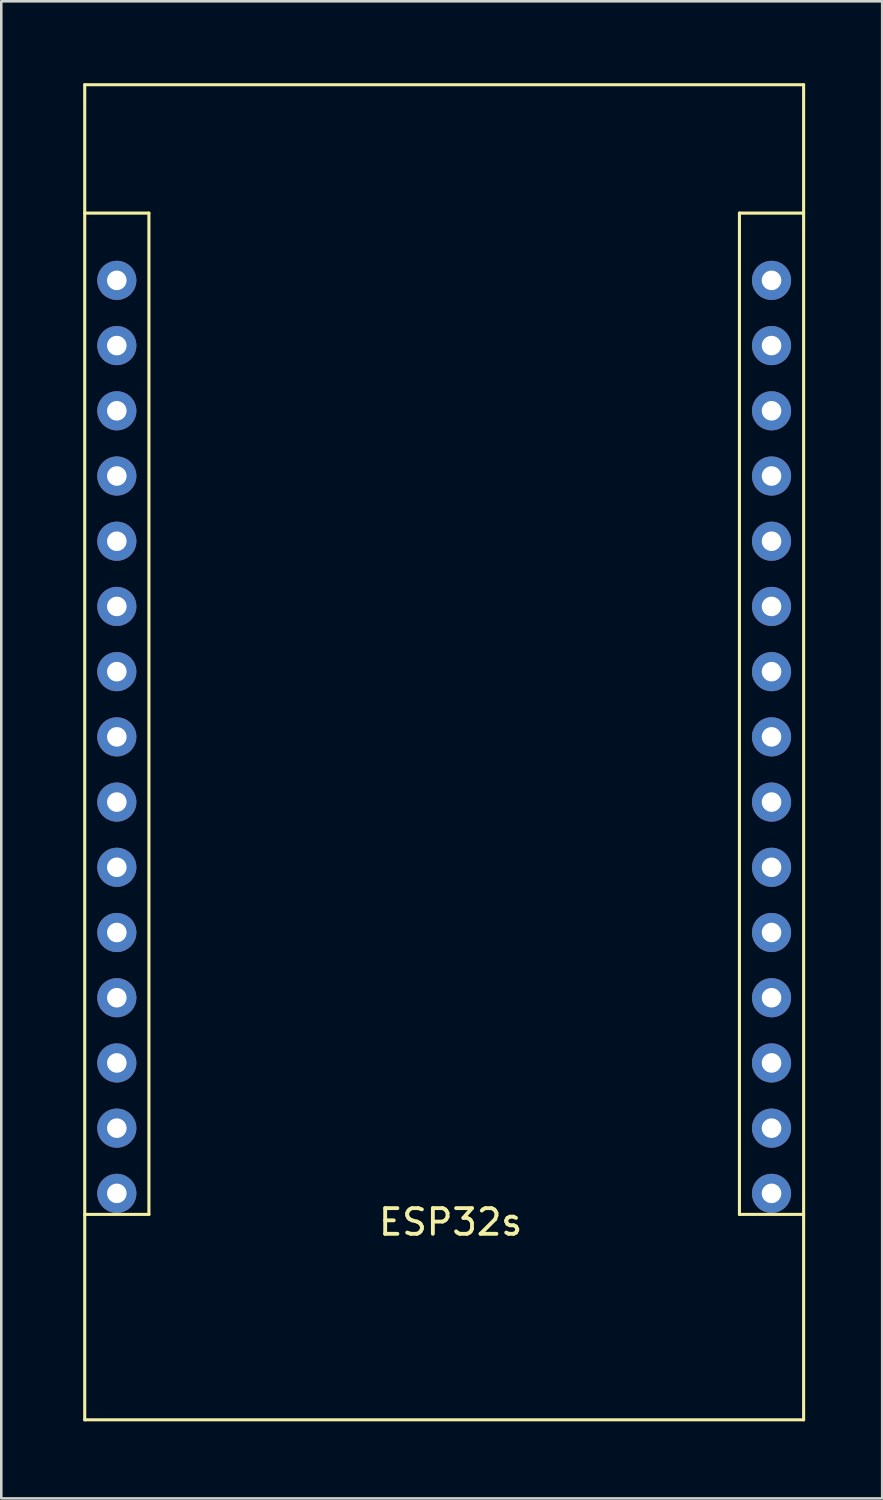
<source format=kicad_pcb>
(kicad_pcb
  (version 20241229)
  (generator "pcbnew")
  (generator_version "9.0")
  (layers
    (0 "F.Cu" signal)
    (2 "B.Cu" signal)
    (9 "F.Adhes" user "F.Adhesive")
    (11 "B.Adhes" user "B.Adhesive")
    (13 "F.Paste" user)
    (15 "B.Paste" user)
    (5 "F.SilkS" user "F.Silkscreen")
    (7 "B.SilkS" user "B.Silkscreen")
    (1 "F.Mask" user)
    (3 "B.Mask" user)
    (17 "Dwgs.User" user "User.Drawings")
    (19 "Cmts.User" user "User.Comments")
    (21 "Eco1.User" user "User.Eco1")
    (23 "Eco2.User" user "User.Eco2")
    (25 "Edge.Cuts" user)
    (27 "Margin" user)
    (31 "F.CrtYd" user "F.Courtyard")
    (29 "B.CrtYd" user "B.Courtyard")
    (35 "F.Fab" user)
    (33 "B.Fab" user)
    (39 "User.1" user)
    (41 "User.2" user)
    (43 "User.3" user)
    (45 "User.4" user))
  (footprint "ESP32s"
    (layer "F.Cu")
    (at 0.25 0.25)
    (property "Reference" "ESP32s" (at 14.25 44.3 0) (layer "F.SilkS") (effects (font (size 1 1) (thickness 0.15))))
    (attr through_hole)
    (fp_line (start 0 0) (end 0 52) (stroke (width 0.12) (type solid)) (layer "F.SilkS"))
    (fp_line (start 0 0) (end 28 0) (stroke (width 0.12) (type solid)) (layer "F.SilkS"))
    (fp_line (start 0 5) (end 2.5 5) (stroke (width 0.12) (type solid)) (layer "F.SilkS"))
    (fp_line (start 0 52) (end 28 52) (stroke (width 0.12) (type solid)) (layer "F.SilkS"))
    (fp_line (start 2.5 5) (end 2.5 44) (stroke (width 0.12) (type solid)) (layer "F.SilkS"))
    (fp_line (start 2.5 44) (end 0 44) (stroke (width 0.12) (type solid)) (layer "F.SilkS"))
    (fp_line (start 25.5 5) (end 25.5 44) (stroke (width 0.12) (type solid)) (layer "F.SilkS"))
    (fp_line (start 25.5 44) (end 28 44) (stroke (width 0.12) (type solid)) (layer "F.SilkS"))
    (fp_line (start 28 5) (end 25.5 5) (stroke (width 0.12) (type solid)) (layer "F.SilkS"))
    (fp_line (start 28 52) (end 28 0) (stroke (width 0.12) (type solid)) (layer "F.SilkS"))
    (pad "3V3" thru_hole circle (at 26.75 43.18) (size 1.524 1.524) (drill 0.762) (layers "*.Cu" "*.Mask"))
    (pad "D2" thru_hole circle (at 26.75 35.56) (size 1.524 1.524) (drill 0.762) (layers "*.Cu" "*.Mask"))
    (pad "D4" thru_hole circle (at 26.75 33.02) (size 1.524 1.524) (drill 0.762) (layers "*.Cu" "*.Mask"))
    (pad "D5" thru_hole circle (at 26.75 25.4) (size 1.524 1.524) (drill 0.762) (layers "*.Cu" "*.Mask"))
    (pad "D12" thru_hole circle (at 1.25 35.56) (size 1.524 1.524) (drill 0.762) (layers "*.Cu" "*.Mask"))
    (pad "D13" thru_hole circle (at 1.25 38.1) (size 1.524 1.524) (drill 0.762) (layers "*.Cu" "*.Mask"))
    (pad "D14" thru_hole circle (at 1.25 33.02) (size 1.524 1.524) (drill 0.762) (layers "*.Cu" "*.Mask"))
    (pad "D15" thru_hole circle (at 26.75 38.1) (size 1.524 1.524) (drill 0.762) (layers "*.Cu" "*.Mask"))
    (pad "D18" thru_hole circle (at 26.75 22.86) (size 1.524 1.524) (drill 0.762) (layers "*.Cu" "*.Mask"))
    (pad "D19" thru_hole circle (at 26.75 20.32) (size 1.524 1.524) (drill 0.762) (layers "*.Cu" "*.Mask"))
    (pad "D21" thru_hole circle (at 26.75 17.78) (size 1.524 1.524) (drill 0.762) (layers "*.Cu" "*.Mask"))
    (pad "D22" thru_hole circle (at 26.75 10.16) (size 1.524 1.524) (drill 0.762) (layers "*.Cu" "*.Mask"))
    (pad "D23" thru_hole circle (at 26.75 7.62) (size 1.524 1.524) (drill 0.762) (layers "*.Cu" "*.Mask"))
    (pad "D25" thru_hole circle (at 1.25 25.4) (size 1.524 1.524) (drill 0.762) (layers "*.Cu" "*.Mask"))
    (pad "D26" thru_hole circle (at 1.25 27.94) (size 1.524 1.524) (drill 0.762) (layers "*.Cu" "*.Mask"))
    (pad "D27" thru_hole circle (at 1.25 30.48) (size 1.524 1.524) (drill 0.762) (layers "*.Cu" "*.Mask"))
    (pad "D32" thru_hole circle (at 1.25 20.32) (size 1.524 1.524) (drill 0.762) (layers "*.Cu" "*.Mask"))
    (pad "D33" thru_hole circle (at 1.25 22.86) (size 1.524 1.524) (drill 0.762) (layers "*.Cu" "*.Mask"))
    (pad "D34" thru_hole circle (at 1.25 15.24) (size 1.524 1.524) (drill 0.762) (layers "*.Cu" "*.Mask"))
    (pad "D35" thru_hole circle (at 1.25 17.78) (size 1.524 1.524) (drill 0.762) (layers "*.Cu" "*.Mask"))
    (pad "EN" thru_hole circle (at 1.25 7.62) (size 1.524 1.524) (drill 0.762) (layers "*.Cu" "*.Mask"))
    (pad "GND" thru_hole circle (at 1.25 40.64) (size 1.524 1.524) (drill 0.762) (layers "*.Cu" "*.Mask"))
    (pad "GND" thru_hole circle (at 26.75 40.64) (size 1.524 1.524) (drill 0.762) (layers "*.Cu" "*.Mask"))
    (pad "RX0" thru_hole circle (at 26.75 15.24) (size 1.524 1.524) (drill 0.762) (layers "*.Cu" "*.Mask"))
    (pad "RX2" thru_hole circle (at 26.75 30.48) (size 1.524 1.524) (drill 0.762) (layers "*.Cu" "*.Mask"))
    (pad "TX0" thru_hole circle (at 26.75 12.7) (size 1.524 1.524) (drill 0.762) (layers "*.Cu" "*.Mask"))
    (pad "TX2" thru_hole circle (at 26.75 27.94) (size 1.524 1.524) (drill 0.762) (layers "*.Cu" "*.Mask"))
    (pad "VN" thru_hole circle (at 1.25 12.7) (size 1.524 1.524) (drill 0.762) (layers "*.Cu" "*.Mask"))
    (pad "VP" thru_hole circle (at 1.25 10.16) (size 1.524 1.524) (drill 0.762) (layers "*.Cu" "*.Mask"))
    (pad "Vin" thru_hole circle (at 1.25 43.18) (size 1.524 1.524) (drill 0.762) (layers "*.Cu" "*.Mask")))
  (gr_rect
    (start -3 -3)
    (end 31.31 55.31)
    (stroke (width 0.1) (type default))
    (fill no)
    (layer "Edge.Cuts")))
</source>
